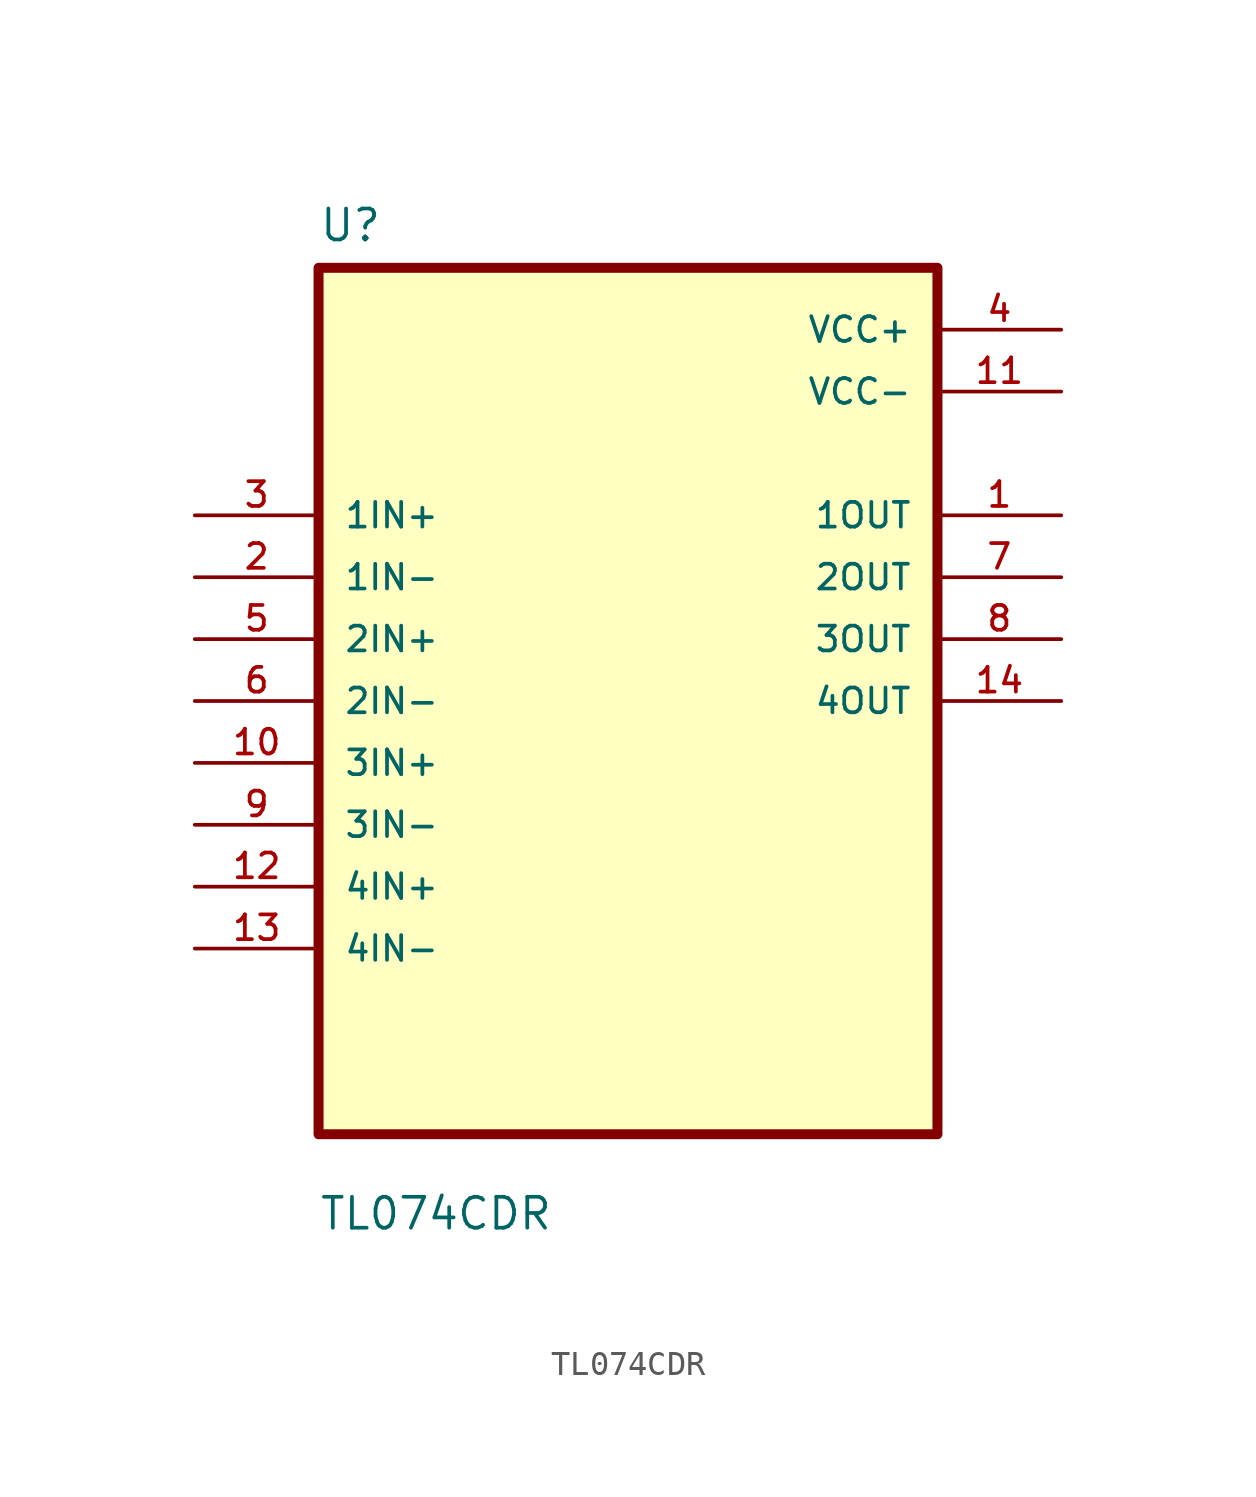
<source format=kicad_sym>
(kicad_symbol_lib
  (version 20211014)
  (generator kicad_symbol_editor)
  (symbol "TL074CDR"
    (pin_names
      (offset 1.016))
    (property "Reference" "U"
      (at -12.7 18.78 0.0)
      (effects (font (size 1.27 1.27)) (justify bottom left)))
    (property "Value" "TL074CDR"
      (at -12.7 -21.78 0.0)
      (effects (font (size 1.27 1.27)) (justify bottom left)))
    (symbol "TL074CDR_0_0"
      (rectangle (start -12.7 -17.78) (end 12.7 17.78) (stroke (width 0.41)) (fill (type background)))
      (pin input line (at -17.78 7.62 0) (length 5.08) (name "1IN+" (effects (font (size 1.016 1.016)))) (number "3" (effects (font (size 1.016 1.016)))))
      (pin input line (at -17.78 5.08 0) (length 5.08) (name "1IN-" (effects (font (size 1.016 1.016)))) (number "2" (effects (font (size 1.016 1.016)))))
      (pin input line (at -17.78 2.54 0) (length 5.08) (name "2IN+" (effects (font (size 1.016 1.016)))) (number "5" (effects (font (size 1.016 1.016)))))
      (pin input line (at -17.78 8.88178e-16 0) (length 5.08) (name "2IN-" (effects (font (size 1.016 1.016)))) (number "6" (effects (font (size 1.016 1.016)))))
      (pin input line (at -17.78 -2.54 0) (length 5.08) (name "3IN+" (effects (font (size 1.016 1.016)))) (number "10" (effects (font (size 1.016 1.016)))))
      (pin input line (at -17.78 -5.08 0) (length 5.08) (name "3IN-" (effects (font (size 1.016 1.016)))) (number "9" (effects (font (size 1.016 1.016)))))
      (pin input line (at -17.78 -7.62 0) (length 5.08) (name "4IN+" (effects (font (size 1.016 1.016)))) (number "12" (effects (font (size 1.016 1.016)))))
      (pin input line (at -17.78 -10.16 0) (length 5.08) (name "4IN-" (effects (font (size 1.016 1.016)))) (number "13" (effects (font (size 1.016 1.016)))))
      (pin power_in line (at 17.78 15.24 180.0) (length 5.08) (name "VCC+" (effects (font (size 1.016 1.016)))) (number "4" (effects (font (size 1.016 1.016)))))
      (pin power_in line (at 17.78 12.7 180.0) (length 5.08) (name "VCC-" (effects (font (size 1.016 1.016)))) (number "11" (effects (font (size 1.016 1.016)))))
      (pin output line (at 17.78 7.62 180.0) (length 5.08) (name "1OUT" (effects (font (size 1.016 1.016)))) (number "1" (effects (font (size 1.016 1.016)))))
      (pin output line (at 17.78 5.08 180.0) (length 5.08) (name "2OUT" (effects (font (size 1.016 1.016)))) (number "7" (effects (font (size 1.016 1.016)))))
      (pin output line (at 17.78 2.54 180.0) (length 5.08) (name "3OUT" (effects (font (size 1.016 1.016)))) (number "8" (effects (font (size 1.016 1.016)))))
      (pin output line (at 17.78 2.66454e-15 180.0) (length 5.08) (name "4OUT" (effects (font (size 1.016 1.016)))) (number "14" (effects (font (size 1.016 1.016))))))))
</source>
